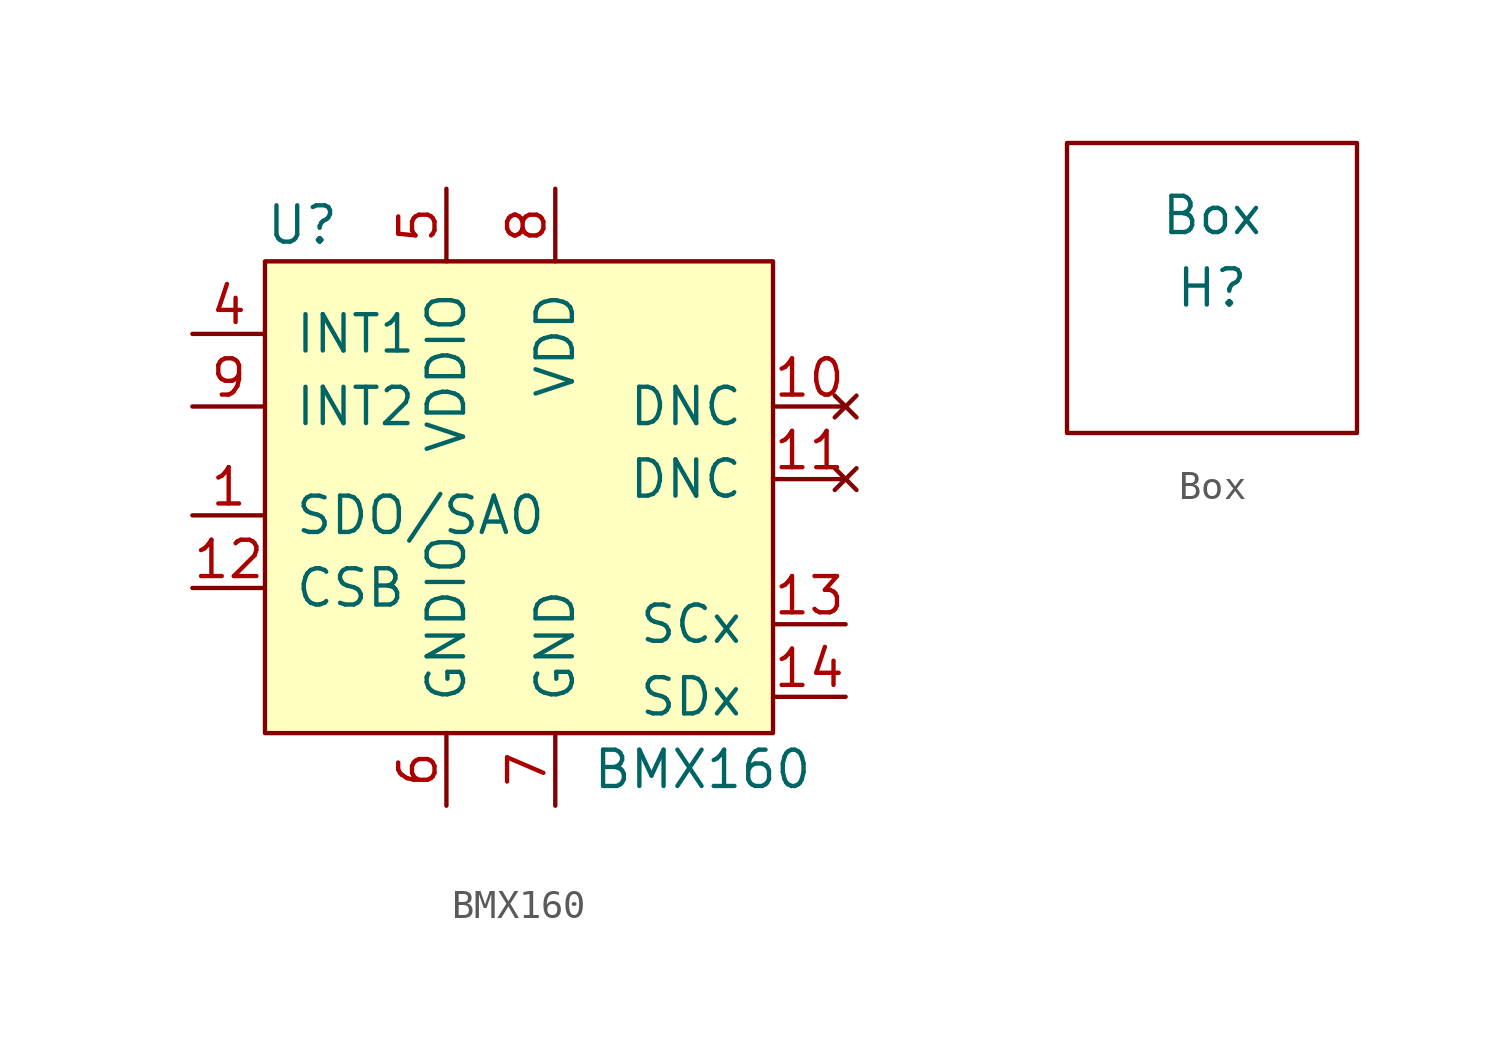
<source format=kicad_sym>
(kicad_symbol_lib
  (version 20211014)
  (generator kicad_symbol_editor)
  (symbol "BMX160"
    (pin_names
      (offset 1.016))
    (property "Reference" "U"
      (at -7.62 8.89 0)
      (effects (font (size 1.27 1.27)) (justify left)))
    (property "Value" "BMX160"
      (at 3.81 -10.16 0)
      (effects (font (size 1.27 1.27)) (justify left)))
    (symbol "BMX160_0_1"
      (rectangle (start -7.62 7.62) (end 10.16 -8.89) (stroke (width 0) (type default) (color 0 0 0 0)) (fill (type background))))
    (symbol "BMX160_1_1"
      (pin bidirectional line (at -10.16 -1.27 0) (length 2.54) (name "SDO/SA0" (effects (font (size 1.27 1.27)))) (number "1" (effects (font (size 1.27 1.27)))))
      (pin no_connect line (at 12.7 2.54 180) (length 2.54) (name "DNC" (effects (font (size 1.27 1.27)))) (number "10" (effects (font (size 1.27 1.27)))))
      (pin no_connect line (at 12.7 0 180) (length 2.54) (name "DNC" (effects (font (size 1.27 1.27)))) (number "11" (effects (font (size 1.27 1.27)))))
      (pin input line (at -10.16 -3.81 0) (length 2.54) (name "CSB" (effects (font (size 1.27 1.27)))) (number "12" (effects (font (size 1.27 1.27)))))
      (pin bidirectional line (at 12.7 -5.08 180) (length 2.54) (name "SCx" (effects (font (size 1.27 1.27)))) (number "13" (effects (font (size 1.27 1.27)))))
      (pin bidirectional line (at 12.7 -7.62 180) (length 2.54) (name "SDx" (effects (font (size 1.27 1.27)))) (number "14" (effects (font (size 1.27 1.27)))))
      (pin passive line (at 2.54 -11.43 90) (length 2.54) hide (name "GND" (effects (font (size 1.27 1.27)))) (number "2" (effects (font (size 1.27 1.27)))))
      (pin passive line (at 2.54 -11.43 90) (length 2.54) hide (name "GND" (effects (font (size 1.27 1.27)))) (number "3" (effects (font (size 1.27 1.27)))))
      (pin bidirectional line (at -10.16 5.08 0) (length 2.54) (name "INT1" (effects (font (size 1.27 1.27)))) (number "4" (effects (font (size 1.27 1.27)))))
      (pin power_in line (at -1.27 10.16 270) (length 2.54) (name "VDDIO" (effects (font (size 1.27 1.27)))) (number "5" (effects (font (size 1.27 1.27)))))
      (pin power_in line (at -1.27 -11.43 90) (length 2.54) (name "GNDIO" (effects (font (size 1.27 1.27)))) (number "6" (effects (font (size 1.27 1.27)))))
      (pin power_in line (at 2.54 -11.43 90) (length 2.54) (name "GND" (effects (font (size 1.27 1.27)))) (number "7" (effects (font (size 1.27 1.27)))))
      (pin power_in line (at 2.54 10.16 270) (length 2.54) (name "VDD" (effects (font (size 1.27 1.27)))) (number "8" (effects (font (size 1.27 1.27)))))
      (pin bidirectional line (at -10.16 2.54 0) (length 2.54) (name "INT2" (effects (font (size 1.27 1.27)))) (number "9" (effects (font (size 1.27 1.27)))))))
  (symbol "Box"
    (pin_names
      (offset 1.016))
    (property "Reference" "H"
      (at 0 0 0)
      (effects (font (size 1.27 1.27))))
    (property "Value" "Box"
      (at 0 2.54 0)
      (effects (font (size 1.27 1.27))))
    (symbol "Box_0_1"
      (rectangle (start -5.08 5.08) (end 5.08 -5.08) (stroke (width 0) (type default) (color 0 0 0 0)) (fill (type none))))))
</source>
